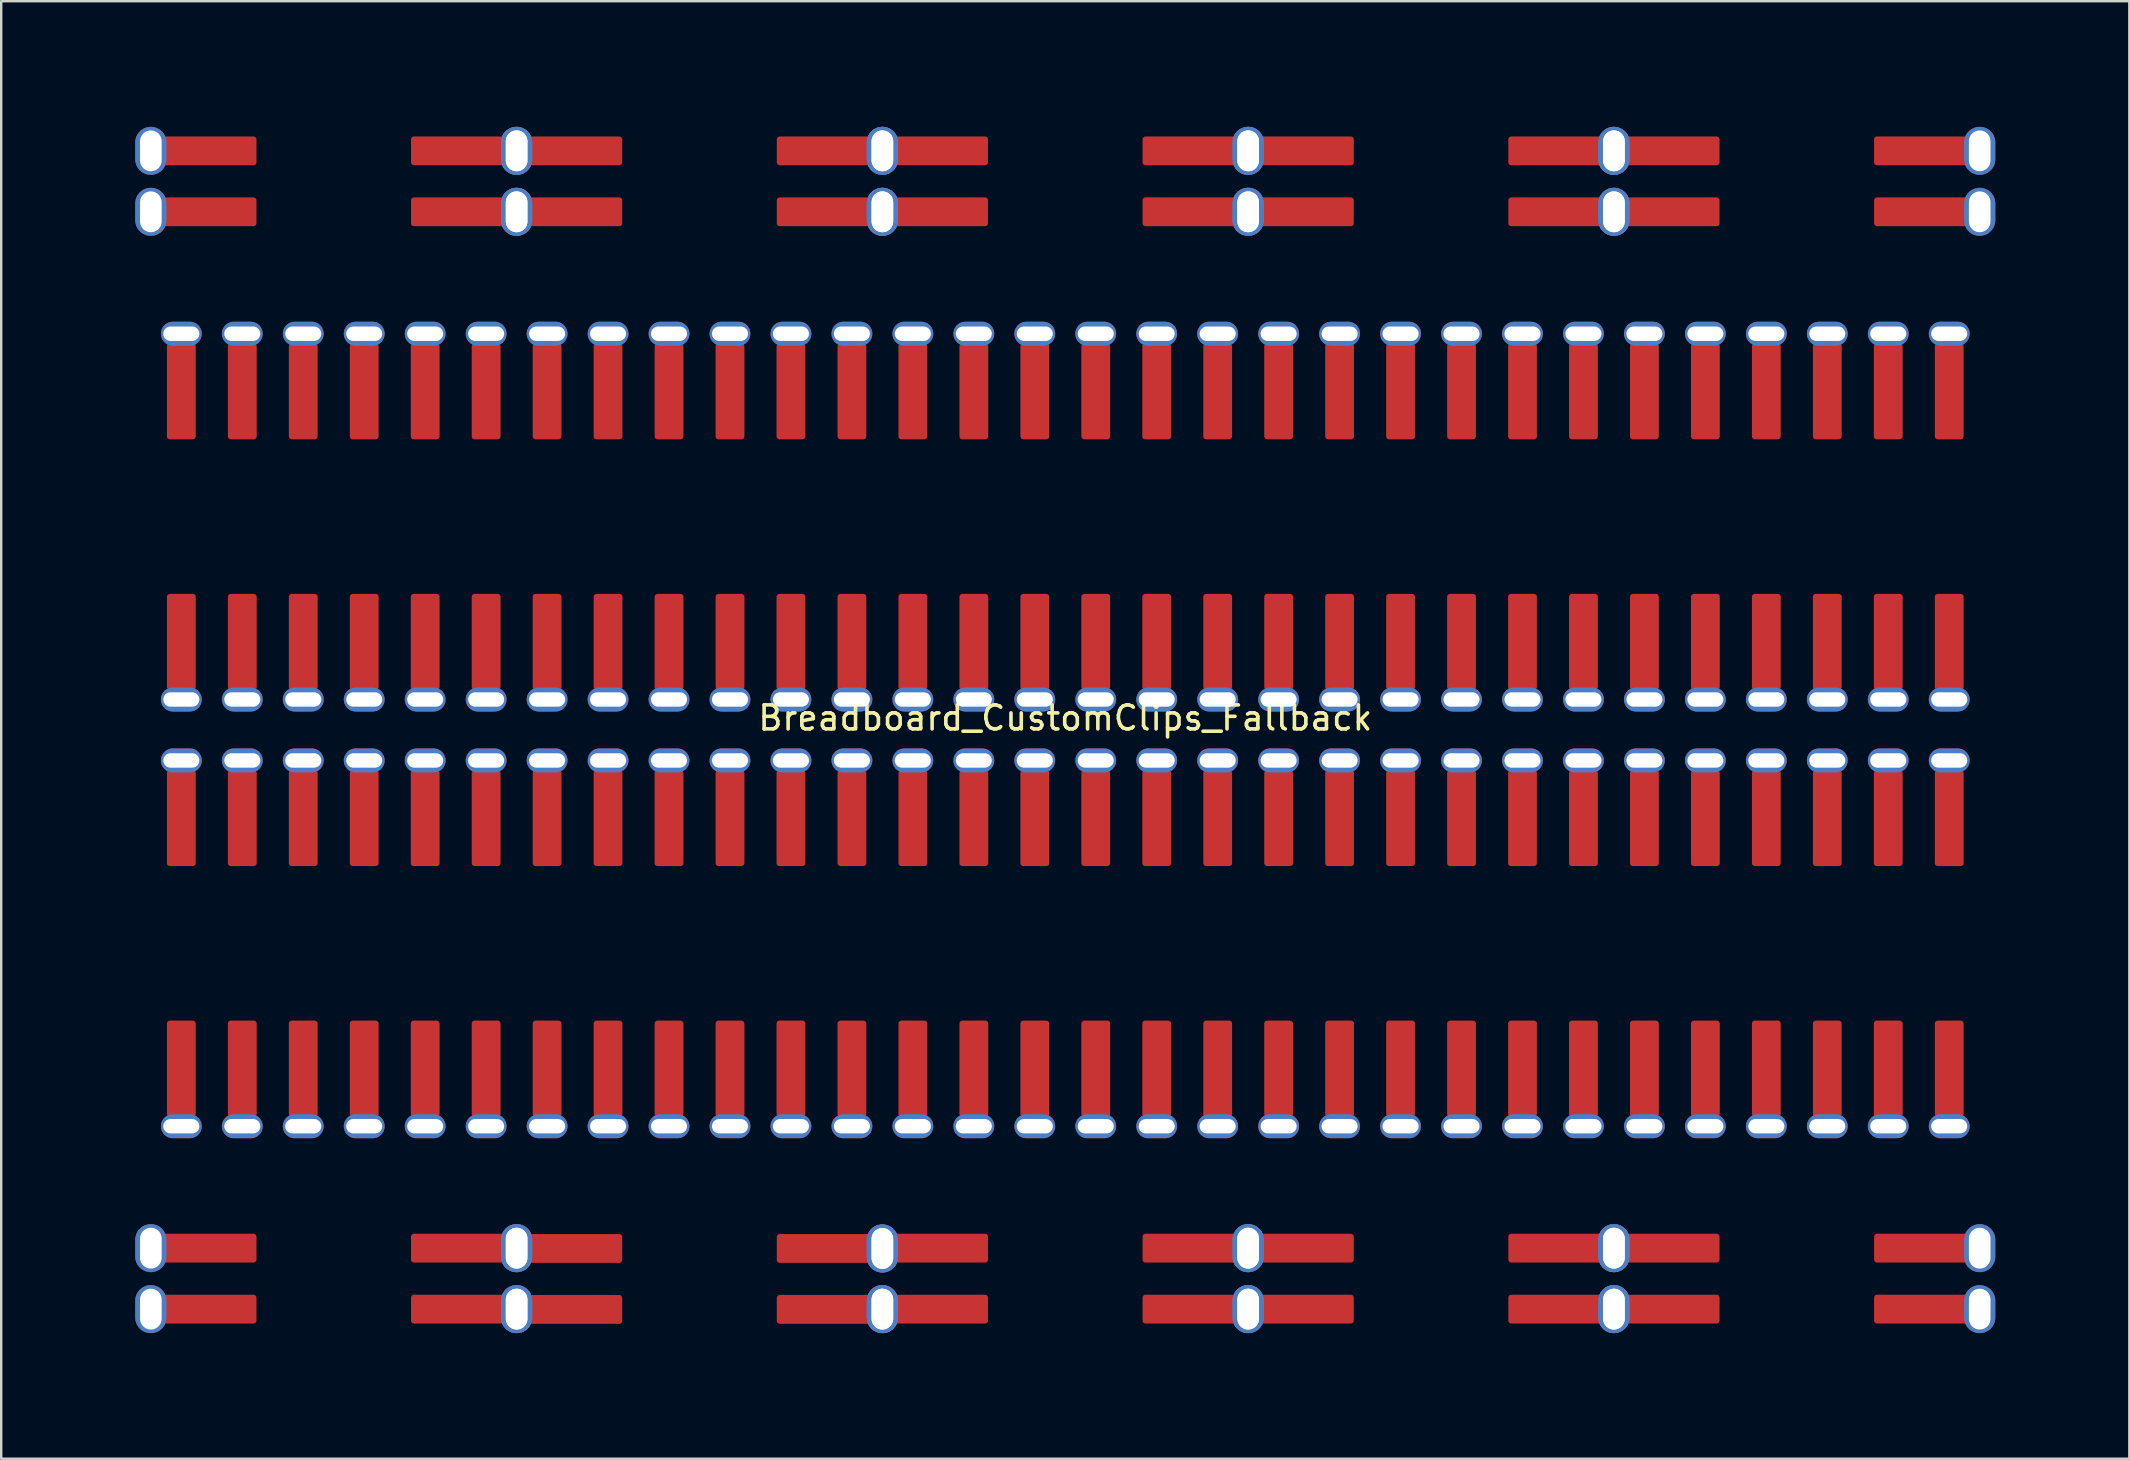
<source format=kicad_pcb>
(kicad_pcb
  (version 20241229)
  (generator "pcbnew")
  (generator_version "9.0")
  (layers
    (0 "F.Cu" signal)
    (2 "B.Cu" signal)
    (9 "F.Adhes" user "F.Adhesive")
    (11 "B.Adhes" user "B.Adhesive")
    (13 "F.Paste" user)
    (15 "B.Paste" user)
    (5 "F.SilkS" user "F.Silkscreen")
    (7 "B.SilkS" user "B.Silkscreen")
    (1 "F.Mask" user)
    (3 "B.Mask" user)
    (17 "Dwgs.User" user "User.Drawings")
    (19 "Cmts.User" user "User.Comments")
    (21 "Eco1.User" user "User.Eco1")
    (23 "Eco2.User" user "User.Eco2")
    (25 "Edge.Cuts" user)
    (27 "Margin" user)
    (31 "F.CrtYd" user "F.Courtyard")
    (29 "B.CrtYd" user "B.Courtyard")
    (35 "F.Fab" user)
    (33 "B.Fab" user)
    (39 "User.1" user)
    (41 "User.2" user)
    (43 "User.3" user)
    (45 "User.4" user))
  (footprint "Breadboard_CustomClips_Fallback"
    (layer "F.Cu")
    (at 41.335 27.365)
    (property "Reference" "Breadboard_CustomClips_Fallback" (at 0 -0.5 0) (unlocked yes) (layer "F.SilkS") (effects (font (size 1 1) (thickness 0.15))))
    (attr smd)
    (fp_rect (start -41.275 -27.305) (end 41.275 27.305) (stroke (width 0.12) (type default)) (fill no) (layer "User.3"))
    (fp_rect (start -38.125 -10.16) (end -35.56 -7.62) (stroke (width 0.12) (type default)) (fill no) (layer "User.4"))
    (fp_rect (start -38.125 7.62) (end -35.56 10.16) (stroke (width 0.12) (type default)) (fill no) (layer "User.4"))
    (fp_rect (start -38.125 7.62) (end -35.56 10.16) (stroke (width 0.12) (type default)) (fill no) (layer "User.4"))
    (fp_rect (start -35.585 -10.16) (end -33.02 -7.62) (stroke (width 0.12) (type default)) (fill no) (layer "User.4"))
    (fp_rect (start -35.585 7.62) (end -33.02 10.16) (stroke (width 0.12) (type default)) (fill no) (layer "User.4"))
    (fp_rect (start -35.585 7.62) (end -33.02 10.16) (stroke (width 0.12) (type default)) (fill no) (layer "User.4"))
    (fp_rect (start -33.045 -10.16) (end -30.48 -7.62) (stroke (width 0.12) (type default)) (fill no) (layer "User.4"))
    (fp_rect (start -33.045 7.62) (end -30.48 10.16) (stroke (width 0.12) (type default)) (fill no) (layer "User.4"))
    (fp_rect (start -33.045 7.62) (end -30.48 10.16) (stroke (width 0.12) (type default)) (fill no) (layer "User.4"))
    (fp_rect (start -30.505 -10.16) (end -27.94 -7.62) (stroke (width 0.12) (type default)) (fill no) (layer "User.4"))
    (fp_rect (start -30.505 7.62) (end -27.94 10.16) (stroke (width 0.12) (type default)) (fill no) (layer "User.4"))
    (fp_rect (start -30.505 7.62) (end -27.94 10.16) (stroke (width 0.12) (type default)) (fill no) (layer "User.4"))
    (fp_rect (start -29.21 -25.413) (end -31.75 -22.847) (stroke (width 0.12) (type default)) (fill no) (layer "User.4"))
    (fp_rect (start -29.21 -22.873) (end -31.75 -20.307) (stroke (width 0.12) (type default)) (fill no) (layer "User.4"))
    (fp_rect (start -29.21 20.307) (end -31.75 22.873) (stroke (width 0.12) (type default)) (fill no) (layer "User.4"))
    (fp_rect (start -29.21 22.847) (end -31.75 25.413) (stroke (width 0.12) (type default)) (fill no) (layer "User.4"))
    (fp_rect (start -27.965 -10.16) (end -25.4 -7.62) (stroke (width 0.12) (type default)) (fill no) (layer "User.4"))
    (fp_rect (start -27.965 7.62) (end -25.4 10.16) (stroke (width 0.12) (type default)) (fill no) (layer "User.4"))
    (fp_rect (start -27.965 7.62) (end -25.4 10.16) (stroke (width 0.12) (type default)) (fill no) (layer "User.4"))
    (fp_rect (start -25.425 -10.16) (end -22.86 -7.62) (stroke (width 0.12) (type default)) (fill no) (layer "User.4"))
    (fp_rect (start -25.425 7.62) (end -22.86 10.16) (stroke (width 0.12) (type default)) (fill no) (layer "User.4"))
    (fp_rect (start -25.425 7.62) (end -22.86 10.16) (stroke (width 0.12) (type default)) (fill no) (layer "User.4"))
    (fp_rect (start -22.885 -10.16) (end -20.32 -7.62) (stroke (width 0.12) (type default)) (fill no) (layer "User.4"))
    (fp_rect (start -22.885 7.62) (end -20.32 10.16) (stroke (width 0.12) (type default)) (fill no) (layer "User.4"))
    (fp_rect (start -22.885 7.62) (end -20.32 10.16) (stroke (width 0.12) (type default)) (fill no) (layer "User.4"))
    (fp_rect (start -20.345 -10.16) (end -17.78 -7.62) (stroke (width 0.12) (type default)) (fill no) (layer "User.4"))
    (fp_rect (start -20.345 7.62) (end -17.78 10.16) (stroke (width 0.12) (type default)) (fill no) (layer "User.4"))
    (fp_rect (start -20.345 7.62) (end -17.78 10.16) (stroke (width 0.12) (type default)) (fill no) (layer "User.4"))
    (fp_rect (start -17.805 -10.16) (end -15.24 -7.62) (stroke (width 0.12) (type default)) (fill no) (layer "User.4"))
    (fp_rect (start -17.805 7.62) (end -15.24 10.16) (stroke (width 0.12) (type default)) (fill no) (layer "User.4"))
    (fp_rect (start -17.805 7.62) (end -15.24 10.16) (stroke (width 0.12) (type default)) (fill no) (layer "User.4"))
    (fp_rect (start -15.265 -10.16) (end -12.7 -7.62) (stroke (width 0.12) (type default)) (fill no) (layer "User.4"))
    (fp_rect (start -15.265 7.62) (end -12.7 10.16) (stroke (width 0.12) (type default)) (fill no) (layer "User.4"))
    (fp_rect (start -15.265 7.62) (end -12.7 10.16) (stroke (width 0.12) (type default)) (fill no) (layer "User.4"))
    (fp_rect (start -13.97 -25.413) (end -16.51 -22.847) (stroke (width 0.12) (type default)) (fill no) (layer "User.4"))
    (fp_rect (start -13.97 -22.873) (end -16.51 -20.307) (stroke (width 0.12) (type default)) (fill no) (layer "User.4"))
    (fp_rect (start -13.97 20.307) (end -16.51 22.873) (stroke (width 0.12) (type default)) (fill no) (layer "User.4"))
    (fp_rect (start -13.97 22.847) (end -16.51 25.413) (stroke (width 0.12) (type default)) (fill no) (layer "User.4"))
    (fp_rect (start -12.7 -10.16) (end -10.135 -7.62) (stroke (width 0.12) (type default)) (fill no) (layer "User.4"))
    (fp_rect (start -12.7 7.62) (end -10.135 10.16) (stroke (width 0.12) (type default)) (fill no) (layer "User.4"))
    (fp_rect (start -12.7 7.62) (end -10.135 10.16) (stroke (width 0.12) (type default)) (fill no) (layer "User.4"))
    (fp_rect (start -10.16 -10.16) (end -7.595 -7.62) (stroke (width 0.12) (type default)) (fill no) (layer "User.4"))
    (fp_rect (start -10.16 7.62) (end -7.595 10.16) (stroke (width 0.12) (type default)) (fill no) (layer "User.4"))
    (fp_rect (start -10.16 7.62) (end -7.595 10.16) (stroke (width 0.12) (type default)) (fill no) (layer "User.4"))
    (fp_rect (start -7.62 -10.16) (end -5.055 -7.62) (stroke (width 0.12) (type default)) (fill no) (layer "User.4"))
    (fp_rect (start -7.62 7.62) (end -5.055 10.16) (stroke (width 0.12) (type default)) (fill no) (layer "User.4"))
    (fp_rect (start -7.62 7.62) (end -5.055 10.16) (stroke (width 0.12) (type default)) (fill no) (layer "User.4"))
    (fp_rect (start -5.08 -10.16) (end -2.515 -7.62) (stroke (width 0.12) (type default)) (fill no) (layer "User.4"))
    (fp_rect (start -5.08 7.62) (end -2.515 10.16) (stroke (width 0.12) (type default)) (fill no) (layer "User.4"))
    (fp_rect (start -5.08 7.62) (end -2.515 10.16) (stroke (width 0.12) (type default)) (fill no) (layer "User.4"))
    (fp_rect (start -2.54 -10.16) (end 0.025 -7.62) (stroke (width 0.12) (type default)) (fill no) (layer "User.4"))
    (fp_rect (start -2.54 7.62) (end 0.025 10.16) (stroke (width 0.12) (type default)) (fill no) (layer "User.4"))
    (fp_rect (start -0.025 -10.16) (end 2.54 -7.62) (stroke (width 0.12) (type default)) (fill no) (layer "User.4"))
    (fp_rect (start -0.025 7.62) (end 2.54 10.16) (stroke (width 0.12) (type default)) (fill no) (layer "User.4"))
    (fp_rect (start 0 -10.16) (end 2.565 -7.62) (stroke (width 0.12) (type default)) (fill no) (layer "User.4"))
    (fp_rect (start 0 7.62) (end 2.565 10.16) (stroke (width 0.12) (type default)) (fill no) (layer "User.4"))
    (fp_rect (start 1.27 -25.413) (end -1.27 -22.847) (stroke (width 0.12) (type default)) (fill no) (layer "User.4"))
    (fp_rect (start 1.27 -22.873) (end -1.27 -20.307) (stroke (width 0.12) (type default)) (fill no) (layer "User.4"))
    (fp_rect (start 1.27 20.307) (end -1.27 22.873) (stroke (width 0.12) (type default)) (fill no) (layer "User.4"))
    (fp_rect (start 1.27 22.847) (end -1.27 25.413) (stroke (width 0.12) (type default)) (fill no) (layer "User.4"))
    (fp_rect (start 2.515 -10.16) (end 5.08 -7.62) (stroke (width 0.12) (type default)) (fill no) (layer "User.4"))
    (fp_rect (start 2.515 7.62) (end 5.08 10.16) (stroke (width 0.12) (type default)) (fill no) (layer "User.4"))
    (fp_rect (start 2.54 -10.16) (end 5.105 -7.62) (stroke (width 0.12) (type default)) (fill no) (layer "User.4"))
    (fp_rect (start 2.54 7.62) (end 5.105 10.16) (stroke (width 0.12) (type default)) (fill no) (layer "User.4"))
    (fp_rect (start 5.055 -10.16) (end 7.62 -7.62) (stroke (width 0.12) (type default)) (fill no) (layer "User.4"))
    (fp_rect (start 5.055 7.62) (end 7.62 10.16) (stroke (width 0.12) (type default)) (fill no) (layer "User.4"))
    (fp_rect (start 5.08 -10.16) (end 7.645 -7.62) (stroke (width 0.12) (type default)) (fill no) (layer "User.4"))
    (fp_rect (start 5.08 7.62) (end 7.645 10.16) (stroke (width 0.12) (type default)) (fill no) (layer "User.4"))
    (fp_rect (start 7.595 -10.16) (end 10.16 -7.62) (stroke (width 0.12) (type default)) (fill no) (layer "User.4"))
    (fp_rect (start 7.595 7.62) (end 10.16 10.16) (stroke (width 0.12) (type default)) (fill no) (layer "User.4"))
    (fp_rect (start 7.62 -10.16) (end 10.185 -7.62) (stroke (width 0.12) (type default)) (fill no) (layer "User.4"))
    (fp_rect (start 7.62 7.62) (end 10.185 10.16) (stroke (width 0.12) (type default)) (fill no) (layer "User.4"))
    (fp_rect (start 10.135 -10.16) (end 12.7 -7.62) (stroke (width 0.12) (type default)) (fill no) (layer "User.4"))
    (fp_rect (start 10.135 7.62) (end 12.7 10.16) (stroke (width 0.12) (type default)) (fill no) (layer "User.4"))
    (fp_rect (start 10.16 -10.16) (end 12.725 -7.62) (stroke (width 0.12) (type default)) (fill no) (layer "User.4"))
    (fp_rect (start 10.16 7.62) (end 12.725 10.16) (stroke (width 0.12) (type default)) (fill no) (layer "User.4"))
    (fp_rect (start 12.675 -10.16) (end 15.24 -7.62) (stroke (width 0.12) (type default)) (fill no) (layer "User.4"))
    (fp_rect (start 12.675 -10.16) (end 15.24 -7.62) (stroke (width 0.12) (type default)) (fill no) (layer "User.4"))
    (fp_rect (start 12.675 7.62) (end 15.24 10.16) (stroke (width 0.12) (type default)) (fill no) (layer "User.4"))
    (fp_rect (start 12.687 7.62) (end 15.253 10.16) (stroke (width 0.12) (type default)) (fill no) (layer "User.4"))
    (fp_rect (start 15.215 -10.16) (end 17.78 -7.62) (stroke (width 0.12) (type default)) (fill no) (layer "User.4"))
    (fp_rect (start 15.215 7.62) (end 17.78 10.16) (stroke (width 0.12) (type default)) (fill no) (layer "User.4"))
    (fp_rect (start 15.227 -10.16) (end 17.793 -7.62) (stroke (width 0.12) (type default)) (fill no) (layer "User.4"))
    (fp_rect (start 15.227 7.62) (end 17.793 10.16) (stroke (width 0.12) (type default)) (fill no) (layer "User.4"))
    (fp_rect (start 16.51 -25.413) (end 13.97 -22.847) (stroke (width 0.12) (type default)) (fill no) (layer "User.4"))
    (fp_rect (start 16.51 -22.885) (end 13.97 -20.32) (stroke (width 0.12) (type default)) (fill no) (layer "User.4"))
    (fp_rect (start 16.51 20.307) (end 13.97 22.873) (stroke (width 0.12) (type default)) (fill no) (layer "User.4"))
    (fp_rect (start 16.51 22.847) (end 13.97 25.413) (stroke (width 0.12) (type default)) (fill no) (layer "User.4"))
    (fp_rect (start 17.755 -10.16) (end 20.32 -7.62) (stroke (width 0.12) (type default)) (fill no) (layer "User.4"))
    (fp_rect (start 17.755 7.62) (end 20.32 10.16) (stroke (width 0.12) (type default)) (fill no) (layer "User.4"))
    (fp_rect (start 17.767 -10.16) (end 20.333 -7.62) (stroke (width 0.12) (type default)) (fill no) (layer "User.4"))
    (fp_rect (start 17.767 7.62) (end 20.333 10.16) (stroke (width 0.12) (type default)) (fill no) (layer "User.4"))
    (fp_rect (start 20.295 -10.16) (end 22.86 -7.62) (stroke (width 0.12) (type default)) (fill no) (layer "User.4"))
    (fp_rect (start 20.295 7.62) (end 22.86 10.16) (stroke (width 0.12) (type default)) (fill no) (layer "User.4"))
    (fp_rect (start 20.307 -10.16) (end 22.873 -7.62) (stroke (width 0.12) (type default)) (fill no) (layer "User.4"))
    (fp_rect (start 20.307 7.62) (end 22.873 10.16) (stroke (width 0.12) (type default)) (fill no) (layer "User.4"))
    (fp_rect (start 22.835 -10.16) (end 25.4 -7.62) (stroke (width 0.12) (type default)) (fill no) (layer "User.4"))
    (fp_rect (start 22.835 7.62) (end 25.4 10.16) (stroke (width 0.12) (type default)) (fill no) (layer "User.4"))
    (fp_rect (start 22.847 -10.16) (end 25.413 -7.62) (stroke (width 0.12) (type default)) (fill no) (layer "User.4"))
    (fp_rect (start 22.847 7.62) (end 25.413 10.16) (stroke (width 0.12) (type default)) (fill no) (layer "User.4"))
    (fp_rect (start 25.387 -10.16) (end 27.953 -7.62) (stroke (width 0.12) (type default)) (fill no) (layer "User.4"))
    (fp_rect (start 25.387 7.62) (end 27.953 10.16) (stroke (width 0.12) (type default)) (fill no) (layer "User.4"))
    (fp_rect (start 25.4 -10.16) (end 27.965 -7.62) (stroke (width 0.12) (type default)) (fill no) (layer "User.4"))
    (fp_rect (start 25.4 7.62) (end 27.965 10.16) (stroke (width 0.12) (type default)) (fill no) (layer "User.4"))
    (fp_rect (start 27.927 -10.16) (end 30.493 -7.62) (stroke (width 0.12) (type default)) (fill no) (layer "User.4"))
    (fp_rect (start 27.927 7.62) (end 30.493 10.16) (stroke (width 0.12) (type default)) (fill no) (layer "User.4"))
    (fp_rect (start 27.94 -10.16) (end 30.505 -7.62) (stroke (width 0.12) (type default)) (fill no) (layer "User.4"))
    (fp_rect (start 27.94 7.62) (end 30.505 10.16) (stroke (width 0.12) (type default)) (fill no) (layer "User.4"))
    (fp_rect (start 30.467 -10.16) (end 33.033 -7.62) (stroke (width 0.12) (type default)) (fill no) (layer "User.4"))
    (fp_rect (start 30.467 7.62) (end 33.033 10.16) (stroke (width 0.12) (type default)) (fill no) (layer "User.4"))
    (fp_rect (start 30.48 -10.16) (end 33.045 -7.62) (stroke (width 0.12) (type default)) (fill no) (layer "User.4"))
    (fp_rect (start 30.48 7.62) (end 33.045 10.16) (stroke (width 0.12) (type default)) (fill no) (layer "User.4"))
    (fp_rect (start 31.75 -25.413) (end 29.21 -22.847) (stroke (width 0.12) (type default)) (fill no) (layer "User.4"))
    (fp_rect (start 31.75 -22.873) (end 29.21 -20.307) (stroke (width 0.12) (type default)) (fill no) (layer "User.4"))
    (fp_rect (start 31.75 20.307) (end 29.21 22.873) (stroke (width 0.12) (type default)) (fill no) (layer "User.4"))
    (fp_rect (start 31.75 22.847) (end 29.21 25.413) (stroke (width 0.12) (type default)) (fill no) (layer "User.4"))
    (fp_rect (start 33.007 -10.16) (end 35.573 -7.62) (stroke (width 0.12) (type default)) (fill no) (layer "User.4"))
    (fp_rect (start 33.007 7.62) (end 35.573 10.16) (stroke (width 0.12) (type default)) (fill no) (layer "User.4"))
    (fp_rect (start 33.02 -10.16) (end 35.585 -7.62) (stroke (width 0.12) (type default)) (fill no) (layer "User.4"))
    (fp_rect (start 33.02 7.62) (end 35.585 10.16) (stroke (width 0.12) (type default)) (fill no) (layer "User.4"))
    (fp_rect (start 35.547 -10.16) (end 38.113 -7.62) (stroke (width 0.12) (type default)) (fill no) (layer "User.4"))
    (fp_rect (start 35.547 7.62) (end 38.113 10.16) (stroke (width 0.12) (type default)) (fill no) (layer "User.4"))
    (pad "0" smd roundrect (at -38.1 -21.59 90) (size 1.2 4) (drill oval (offset 0 2.4)) (layers "F.Cu" "F.Mask") (roundrect_rratio 0.1))
    (pad "0" thru_hole oval (at -38.1 -21.59) (size 1.3 2) (drill oval 0.9 1.7) (layers "*.Cu" "*.Mask"))
    (pad "0" smd roundrect (at -22.86 -21.59 270) (size 1.2 4) (drill oval (offset 0 2.4)) (layers "F.Cu" "F.Mask") (roundrect_rratio 0.1))
    (pad "0" smd roundrect (at -22.86 -21.59 90) (size 1.2 4) (drill oval (offset 0 2.4)) (layers "F.Cu" "F.Mask") (roundrect_rratio 0.1))
    (pad "0" thru_hole oval (at -22.86 -21.59) (size 1.3 2) (drill oval 0.9 1.7) (layers "*.Cu" "*.Mask"))
    (pad "0" thru_hole oval (at -22.86 -21.59) (size 1.3 2) (drill oval 0.9 1.7) (layers "*.Cu" "*.Mask"))
    (pad "0" smd roundrect (at -7.62 -21.59 270) (size 1.2 4) (drill oval (offset 0 2.4)) (layers "F.Cu" "F.Mask") (roundrect_rratio 0.1))
    (pad "0" smd roundrect (at -7.62 -21.59 90) (size 1.2 4) (drill oval (offset 0 2.4)) (layers "F.Cu" "F.Mask") (roundrect_rratio 0.1))
    (pad "0" thru_hole oval (at -7.62 -21.59) (size 1.3 2) (drill oval 0.9 1.7) (layers "*.Cu" "*.Mask"))
    (pad "0" thru_hole oval (at -7.62 -21.59) (size 1.3 2) (drill oval 0.9 1.7) (layers "*.Cu" "*.Mask"))
    (pad "0" smd roundrect (at 7.62 -21.59 90) (size 1.2 4) (drill oval (offset 0 2.4)) (layers "F.Cu" "F.Mask") (roundrect_rratio 0.1))
    (pad "0" smd roundrect (at 7.62 -21.59 270) (size 1.2 4) (drill oval (offset 0 2.4)) (layers "F.Cu" "F.Mask") (roundrect_rratio 0.1))
    (pad "0" thru_hole oval (at 7.62 -21.59) (size 1.3 2) (drill oval 0.9 1.7) (layers "*.Cu" "*.Mask"))
    (pad "0" thru_hole oval (at 7.62 -21.59) (size 1.3 2) (drill oval 0.9 1.7) (layers "*.Cu" "*.Mask"))
    (pad "0" smd roundrect (at 22.86 -21.59 90) (size 1.2 4) (drill oval (offset 0 2.4)) (layers "F.Cu" "F.Mask") (roundrect_rratio 0.1))
    (pad "0" smd roundrect (at 22.86 -21.59 270) (size 1.2 4) (drill oval (offset 0 2.4)) (layers "F.Cu" "F.Mask") (roundrect_rratio 0.1))
    (pad "0" thru_hole oval (at 22.86 -21.59) (size 1.3 2) (drill oval 0.9 1.7) (layers "*.Cu" "*.Mask"))
    (pad "0" thru_hole oval (at 22.86 -21.59) (size 1.3 2) (drill oval 0.9 1.7) (layers "*.Cu" "*.Mask"))
    (pad "0" smd roundrect (at 38.1 -21.59 270) (size 1.2 4) (drill oval (offset 0 2.4)) (layers "F.Cu" "F.Mask") (roundrect_rratio 0.1))
    (pad "0" thru_hole oval (at 38.1 -21.59) (size 1.3 2) (drill oval 0.9 1.7) (layers "*.Cu" "*.Mask"))
    (pad "1" smd roundrect (at -36.83 -16.51) (size 1.2 4) (drill oval (offset 0 2.4)) (layers "F.Cu" "F.Mask") (roundrect_rratio 0.1))
    (pad "1" thru_hole oval (at -36.83 -16.51) (size 1.7 1) (drill oval 1.5 0.6) (layers "*.Cu" "*.Mask"))
    (pad "1" smd roundrect (at -36.83 -1.27) (size 1.2 4) (drill oval (offset 0 -2.4)) (layers "F.Cu" "F.Mask") (roundrect_rratio 0.1))
    (pad "1" thru_hole oval (at -36.83 -1.27) (size 1.7 1) (drill oval 1.5 0.6) (layers "*.Cu" "*.Mask"))
    (pad "2" smd roundrect (at -34.29 -16.51) (size 1.2 4) (drill oval (offset 0 2.4)) (layers "F.Cu" "F.Mask") (roundrect_rratio 0.1))
    (pad "2" thru_hole oval (at -34.29 -16.51) (size 1.7 1) (drill oval 1.5 0.6) (layers "*.Cu" "*.Mask"))
    (pad "2" smd roundrect (at -34.29 -1.27) (size 1.2 4) (drill oval (offset 0 -2.4)) (layers "F.Cu" "F.Mask") (roundrect_rratio 0.1))
    (pad "2" thru_hole oval (at -34.29 -1.27) (size 1.7 1) (drill oval 1.5 0.6) (layers "*.Cu" "*.Mask"))
    (pad "3" smd roundrect (at -31.75 -16.51) (size 1.2 4) (drill oval (offset 0 2.4)) (layers "F.Cu" "F.Mask") (roundrect_rratio 0.1))
    (pad "3" thru_hole oval (at -31.75 -16.51) (size 1.7 1) (drill oval 1.5 0.6) (layers "*.Cu" "*.Mask"))
    (pad "3" smd roundrect (at -31.75 -1.27) (size 1.2 4) (drill oval (offset 0 -2.4)) (layers "F.Cu" "F.Mask") (roundrect_rratio 0.1))
    (pad "3" thru_hole oval (at -31.75 -1.27) (size 1.7 1) (drill oval 1.5 0.6) (layers "*.Cu" "*.Mask"))
    (pad "4" smd roundrect (at -29.21 -16.51) (size 1.2 4) (drill oval (offset 0 2.4)) (layers "F.Cu" "F.Mask") (roundrect_rratio 0.1))
    (pad "4" thru_hole oval (at -29.21 -16.51) (size 1.7 1) (drill oval 1.5 0.6) (layers "*.Cu" "*.Mask"))
    (pad "4" smd roundrect (at -29.21 -1.27) (size 1.2 4) (drill oval (offset 0 -2.4)) (layers "F.Cu" "F.Mask") (roundrect_rratio 0.1))
    (pad "4" thru_hole oval (at -29.21 -1.27) (size 1.7 1) (drill oval 1.5 0.6) (layers "*.Cu" "*.Mask"))
    (pad "5" smd roundrect (at -26.67 -16.51) (size 1.2 4) (drill oval (offset 0 2.4)) (layers "F.Cu" "F.Mask") (roundrect_rratio 0.1))
    (pad "5" thru_hole oval (at -26.67 -16.51) (size 1.7 1) (drill oval 1.5 0.6) (layers "*.Cu" "*.Mask"))
    (pad "5" smd roundrect (at -26.67 -1.27) (size 1.2 4) (drill oval (offset 0 -2.4)) (layers "F.Cu" "F.Mask") (roundrect_rratio 0.1))
    (pad "5" thru_hole oval (at -26.67 -1.27) (size 1.7 1) (drill oval 1.5 0.6) (layers "*.Cu" "*.Mask"))
    (pad "6" smd roundrect (at -24.13 -16.51) (size 1.2 4) (drill oval (offset 0 2.4)) (layers "F.Cu" "F.Mask") (roundrect_rratio 0.1))
    (pad "6" thru_hole oval (at -24.13 -16.51) (size 1.7 1) (drill oval 1.5 0.6) (layers "*.Cu" "*.Mask"))
    (pad "6" smd roundrect (at -24.13 -1.27) (size 1.2 4) (drill oval (offset 0 -2.4)) (layers "F.Cu" "F.Mask") (roundrect_rratio 0.1))
    (pad "6" thru_hole oval (at -24.13 -1.27) (size 1.7 1) (drill oval 1.5 0.6) (layers "*.Cu" "*.Mask"))
    (pad "7" smd roundrect (at -21.59 -16.51) (size 1.2 4) (drill oval (offset 0 2.4)) (layers "F.Cu" "F.Mask") (roundrect_rratio 0.1))
    (pad "7" thru_hole oval (at -21.59 -16.51) (size 1.7 1) (drill oval 1.5 0.6) (layers "*.Cu" "*.Mask"))
    (pad "7" smd roundrect (at -21.59 -1.27) (size 1.2 4) (drill oval (offset 0 -2.4)) (layers "F.Cu" "F.Mask") (roundrect_rratio 0.1))
    (pad "7" thru_hole oval (at -21.59 -1.27) (size 1.7 1) (drill oval 1.5 0.6) (layers "*.Cu" "*.Mask"))
    (pad "8" smd roundrect (at -19.05 -16.51) (size 1.2 4) (drill oval (offset 0 2.4)) (layers "F.Cu" "F.Mask") (roundrect_rratio 0.1))
    (pad "8" thru_hole oval (at -19.05 -16.51) (size 1.7 1) (drill oval 1.5 0.6) (layers "*.Cu" "*.Mask"))
    (pad "8" smd roundrect (at -19.05 -1.27) (size 1.2 4) (drill oval (offset 0 -2.4)) (layers "F.Cu" "F.Mask") (roundrect_rratio 0.1))
    (pad "8" thru_hole oval (at -19.05 -1.27) (size 1.7 1) (drill oval 1.5 0.6) (layers "*.Cu" "*.Mask"))
    (pad "9" smd roundrect (at -16.51 -16.51) (size 1.2 4) (drill oval (offset 0 2.4)) (layers "F.Cu" "F.Mask") (roundrect_rratio 0.1))
    (pad "9" thru_hole oval (at -16.51 -16.51) (size 1.7 1) (drill oval 1.5 0.6) (layers "*.Cu" "*.Mask"))
    (pad "9" smd roundrect (at -16.51 -1.27) (size 1.2 4) (drill oval (offset 0 -2.4)) (layers "F.Cu" "F.Mask") (roundrect_rratio 0.1))
    (pad "9" thru_hole oval (at -16.51 -1.27) (size 1.7 1) (drill oval 1.5 0.6) (layers "*.Cu" "*.Mask"))
    (pad "10" smd roundrect (at -13.97 -16.51) (size 1.2 4) (drill oval (offset 0 2.4)) (layers "F.Cu" "F.Mask") (roundrect_rratio 0.1))
    (pad "10" thru_hole oval (at -13.97 -16.51) (size 1.7 1) (drill oval 1.5 0.6) (layers "*.Cu" "*.Mask"))
    (pad "10" smd roundrect (at -13.97 -1.27) (size 1.2 4) (drill oval (offset 0 -2.4)) (layers "F.Cu" "F.Mask") (roundrect_rratio 0.1))
    (pad "10" thru_hole oval (at -13.97 -1.27) (size 1.7 1) (drill oval 1.5 0.6) (layers "*.Cu" "*.Mask"))
    (pad "11" smd roundrect (at -11.43 -16.51) (size 1.2 4) (drill oval (offset 0 2.4)) (layers "F.Cu" "F.Mask") (roundrect_rratio 0.1))
    (pad "11" thru_hole oval (at -11.43 -16.51) (size 1.7 1) (drill oval 1.5 0.6) (layers "*.Cu" "*.Mask"))
    (pad "11" smd roundrect (at -11.43 -1.27) (size 1.2 4) (drill oval (offset 0 -2.4)) (layers "F.Cu" "F.Mask") (roundrect_rratio 0.1))
    (pad "11" thru_hole oval (at -11.43 -1.27) (size 1.7 1) (drill oval 1.5 0.6) (layers "*.Cu" "*.Mask"))
    (pad "12" smd roundrect (at -8.89 -16.51) (size 1.2 4) (drill oval (offset 0 2.4)) (layers "F.Cu" "F.Mask") (roundrect_rratio 0.1))
    (pad "12" thru_hole oval (at -8.89 -16.51) (size 1.7 1) (drill oval 1.5 0.6) (layers "*.Cu" "*.Mask"))
    (pad "12" smd roundrect (at -8.89 -1.27) (size 1.2 4) (drill oval (offset 0 -2.4)) (layers "F.Cu" "F.Mask") (roundrect_rratio 0.1))
    (pad "12" thru_hole oval (at -8.89 -1.27) (size 1.7 1) (drill oval 1.5 0.6) (layers "*.Cu" "*.Mask"))
    (pad "13" smd roundrect (at -6.35 -16.51) (size 1.2 4) (drill oval (offset 0 2.4)) (layers "F.Cu" "F.Mask") (roundrect_rratio 0.1))
    (pad "13" thru_hole oval (at -6.35 -16.51) (size 1.7 1) (drill oval 1.5 0.6) (layers "*.Cu" "*.Mask"))
    (pad "13" smd roundrect (at -6.35 -1.27) (size 1.2 4) (drill oval (offset 0 -2.4)) (layers "F.Cu" "F.Mask") (roundrect_rratio 0.1))
    (pad "13" thru_hole oval (at -6.35 -1.27) (size 1.7 1) (drill oval 1.5 0.6) (layers "*.Cu" "*.Mask"))
    (pad "14" smd roundrect (at -3.81 -16.51) (size 1.2 4) (drill oval (offset 0 2.4)) (layers "F.Cu" "F.Mask") (roundrect_rratio 0.1))
    (pad "14" thru_hole oval (at -3.81 -16.51) (size 1.7 1) (drill oval 1.5 0.6) (layers "*.Cu" "*.Mask"))
    (pad "14" smd roundrect (at -3.81 -1.27) (size 1.2 4) (drill oval (offset 0 -2.4)) (layers "F.Cu" "F.Mask") (roundrect_rratio 0.1))
    (pad "14" thru_hole oval (at -3.81 -1.27) (size 1.7 1) (drill oval 1.5 0.6) (layers "*.Cu" "*.Mask"))
    (pad "15" smd roundrect (at -1.27 -16.51) (size 1.2 4) (drill oval (offset 0 2.4)) (layers "F.Cu" "F.Mask") (roundrect_rratio 0.1))
    (pad "15" thru_hole oval (at -1.27 -16.51) (size 1.7 1) (drill oval 1.5 0.6) (layers "*.Cu" "*.Mask"))
    (pad "15" smd roundrect (at -1.27 -1.27) (size 1.2 4) (drill oval (offset 0 -2.4)) (layers "F.Cu" "F.Mask") (roundrect_rratio 0.1))
    (pad "15" thru_hole oval (at -1.27 -1.27) (size 1.7 1) (drill oval 1.5 0.6) (layers "*.Cu" "*.Mask"))
    (pad "16" smd roundrect (at 1.27 -16.51) (size 1.2 4) (drill oval (offset 0 2.4)) (layers "F.Cu" "F.Mask") (roundrect_rratio 0.1))
    (pad "16" thru_hole oval (at 1.27 -16.51) (size 1.7 1) (drill oval 1.5 0.6) (layers "*.Cu" "*.Mask"))
    (pad "16" smd roundrect (at 1.27 -1.27) (size 1.2 4) (drill oval (offset 0 -2.4)) (layers "F.Cu" "F.Mask") (roundrect_rratio 0.1))
    (pad "16" thru_hole oval (at 1.27 -1.27) (size 1.7 1) (drill oval 1.5 0.6) (layers "*.Cu" "*.Mask"))
    (pad "17" smd roundrect (at 3.81 -16.51) (size 1.2 4) (drill oval (offset 0 2.4)) (layers "F.Cu" "F.Mask") (roundrect_rratio 0.1))
    (pad "17" thru_hole oval (at 3.81 -16.51) (size 1.7 1) (drill oval 1.5 0.6) (layers "*.Cu" "*.Mask"))
    (pad "17" smd roundrect (at 3.81 -1.27) (size 1.2 4) (drill oval (offset 0 -2.4)) (layers "F.Cu" "F.Mask") (roundrect_rratio 0.1))
    (pad "17" thru_hole oval (at 3.81 -1.27) (size 1.7 1) (drill oval 1.5 0.6) (layers "*.Cu" "*.Mask"))
    (pad "18" smd roundrect (at 6.35 -16.51) (size 1.2 4) (drill oval (offset 0 2.4)) (layers "F.Cu" "F.Mask") (roundrect_rratio 0.1))
    (pad "18" thru_hole oval (at 6.35 -16.51) (size 1.7 1) (drill oval 1.5 0.6) (layers "*.Cu" "*.Mask"))
    (pad "18" smd roundrect (at 6.35 -1.27) (size 1.2 4) (drill oval (offset 0 -2.4)) (layers "F.Cu" "F.Mask") (roundrect_rratio 0.1))
    (pad "18" thru_hole oval (at 6.35 -1.27) (size 1.7 1) (drill oval 1.5 0.6) (layers "*.Cu" "*.Mask"))
    (pad "19" smd roundrect (at 8.89 -16.51) (size 1.2 4) (drill oval (offset 0 2.4)) (layers "F.Cu" "F.Mask") (roundrect_rratio 0.1))
    (pad "19" thru_hole oval (at 8.89 -16.51) (size 1.7 1) (drill oval 1.5 0.6) (layers "*.Cu" "*.Mask"))
    (pad "19" smd roundrect (at 8.89 -1.27) (size 1.2 4) (drill oval (offset 0 -2.4)) (layers "F.Cu" "F.Mask") (roundrect_rratio 0.1))
    (pad "19" thru_hole oval (at 8.89 -1.27) (size 1.7 1) (drill oval 1.5 0.6) (layers "*.Cu" "*.Mask"))
    (pad "20" smd roundrect (at 11.43 -16.51) (size 1.2 4) (drill oval (offset 0 2.4)) (layers "F.Cu" "F.Mask") (roundrect_rratio 0.1))
    (pad "20" thru_hole oval (at 11.43 -16.51) (size 1.7 1) (drill oval 1.5 0.6) (layers "*.Cu" "*.Mask"))
    (pad "20" smd roundrect (at 11.43 -1.27) (size 1.2 4) (drill oval (offset 0 -2.4)) (layers "F.Cu" "F.Mask") (roundrect_rratio 0.1))
    (pad "20" thru_hole oval (at 11.43 -1.27) (size 1.7 1) (drill oval 1.5 0.6) (layers "*.Cu" "*.Mask"))
    (pad "21" smd roundrect (at 13.97 -16.51) (size 1.2 4) (drill oval (offset 0 2.4)) (layers "F.Cu" "F.Mask") (roundrect_rratio 0.1))
    (pad "21" thru_hole oval (at 13.97 -16.51) (size 1.7 1) (drill oval 1.5 0.6) (layers "*.Cu" "*.Mask"))
    (pad "21" smd roundrect (at 13.97 -1.27) (size 1.2 4) (drill oval (offset 0 -2.4)) (layers "F.Cu" "F.Mask") (roundrect_rratio 0.1))
    (pad "21" thru_hole oval (at 13.97 -1.27) (size 1.7 1) (drill oval 1.5 0.6) (layers "*.Cu" "*.Mask"))
    (pad "22" smd roundrect (at 16.51 -16.51) (size 1.2 4) (drill oval (offset 0 2.4)) (layers "F.Cu" "F.Mask") (roundrect_rratio 0.1))
    (pad "22" thru_hole oval (at 16.51 -16.51) (size 1.7 1) (drill oval 1.5 0.6) (layers "*.Cu" "*.Mask"))
    (pad "22" smd roundrect (at 16.51 -1.27) (size 1.2 4) (drill oval (offset 0 -2.4)) (layers "F.Cu" "F.Mask") (roundrect_rratio 0.1))
    (pad "22" thru_hole oval (at 16.51 -1.27) (size 1.7 1) (drill oval 1.5 0.6) (layers "*.Cu" "*.Mask"))
    (pad "23" smd roundrect (at 19.05 -16.51) (size 1.2 4) (drill oval (offset 0 2.4)) (layers "F.Cu" "F.Mask") (roundrect_rratio 0.1))
    (pad "23" thru_hole oval (at 19.05 -16.51) (size 1.7 1) (drill oval 1.5 0.6) (layers "*.Cu" "*.Mask"))
    (pad "23" smd roundrect (at 19.05 -1.27) (size 1.2 4) (drill oval (offset 0 -2.4)) (layers "F.Cu" "F.Mask") (roundrect_rratio 0.1))
    (pad "23" thru_hole oval (at 19.05 -1.27) (size 1.7 1) (drill oval 1.5 0.6) (layers "*.Cu" "*.Mask"))
    (pad "24" smd roundrect (at 21.59 -16.51) (size 1.2 4) (drill oval (offset 0 2.4)) (layers "F.Cu" "F.Mask") (roundrect_rratio 0.1))
    (pad "24" thru_hole oval (at 21.59 -16.51) (size 1.7 1) (drill oval 1.5 0.6) (layers "*.Cu" "*.Mask"))
    (pad "24" smd roundrect (at 21.59 -1.27) (size 1.2 4) (drill oval (offset 0 -2.4)) (layers "F.Cu" "F.Mask") (roundrect_rratio 0.1))
    (pad "24" thru_hole oval (at 21.59 -1.27) (size 1.7 1) (drill oval 1.5 0.6) (layers "*.Cu" "*.Mask"))
    (pad "25" smd roundrect (at 24.13 -16.51) (size 1.2 4) (drill oval (offset 0 2.4)) (layers "F.Cu" "F.Mask") (roundrect_rratio 0.1))
    (pad "25" thru_hole oval (at 24.13 -16.51) (size 1.7 1) (drill oval 1.5 0.6) (layers "*.Cu" "*.Mask"))
    (pad "25" smd roundrect (at 24.13 -1.27) (size 1.2 4) (drill oval (offset 0 -2.4)) (layers "F.Cu" "F.Mask") (roundrect_rratio 0.1))
    (pad "25" thru_hole oval (at 24.13 -1.27) (size 1.7 1) (drill oval 1.5 0.6) (layers "*.Cu" "*.Mask"))
    (pad "26" smd roundrect (at 26.67 -16.51) (size 1.2 4) (drill oval (offset 0 2.4)) (layers "F.Cu" "F.Mask") (roundrect_rratio 0.1))
    (pad "26" thru_hole oval (at 26.67 -16.51) (size 1.7 1) (drill oval 1.5 0.6) (layers "*.Cu" "*.Mask"))
    (pad "26" smd roundrect (at 26.67 -1.27) (size 1.2 4) (drill oval (offset 0 -2.4)) (layers "F.Cu" "F.Mask") (roundrect_rratio 0.1))
    (pad "26" thru_hole oval (at 26.67 -1.27) (size 1.7 1) (drill oval 1.5 0.6) (layers "*.Cu" "*.Mask"))
    (pad "27" smd roundrect (at 29.21 -16.51) (size 1.2 4) (drill oval (offset 0 2.4)) (layers "F.Cu" "F.Mask") (roundrect_rratio 0.1))
    (pad "27" thru_hole oval (at 29.21 -16.51) (size 1.7 1) (drill oval 1.5 0.6) (layers "*.Cu" "*.Mask"))
    (pad "27" smd roundrect (at 29.21 -1.27) (size 1.2 4) (drill oval (offset 0 -2.4)) (layers "F.Cu" "F.Mask") (roundrect_rratio 0.1))
    (pad "27" thru_hole oval (at 29.21 -1.27) (size 1.7 1) (drill oval 1.5 0.6) (layers "*.Cu" "*.Mask"))
    (pad "28" smd roundrect (at 31.75 -16.51) (size 1.2 4) (drill oval (offset 0 2.4)) (layers "F.Cu" "F.Mask") (roundrect_rratio 0.1))
    (pad "28" thru_hole oval (at 31.75 -16.51) (size 1.7 1) (drill oval 1.5 0.6) (layers "*.Cu" "*.Mask"))
    (pad "28" smd roundrect (at 31.75 -1.27) (size 1.2 4) (drill oval (offset 0 -2.4)) (layers "F.Cu" "F.Mask") (roundrect_rratio 0.1))
    (pad "28" thru_hole oval (at 31.75 -1.27) (size 1.7 1) (drill oval 1.5 0.6) (layers "*.Cu" "*.Mask"))
    (pad "29" smd roundrect (at 34.29 -16.51) (size 1.2 4) (drill oval (offset 0 2.4)) (layers "F.Cu" "F.Mask") (roundrect_rratio 0.1))
    (pad "29" thru_hole oval (at 34.29 -16.51) (size 1.7 1) (drill oval 1.5 0.6) (layers "*.Cu" "*.Mask"))
    (pad "29" smd roundrect (at 34.29 -1.27) (size 1.2 4) (drill oval (offset 0 -2.4)) (layers "F.Cu" "F.Mask") (roundrect_rratio 0.1))
    (pad "29" thru_hole oval (at 34.29 -1.27) (size 1.7 1) (drill oval 1.5 0.6) (layers "*.Cu" "*.Mask"))
    (pad "30" smd roundrect (at 36.83 -16.51) (size 1.2 4) (drill oval (offset 0 2.4)) (layers "F.Cu" "F.Mask") (roundrect_rratio 0.1))
    (pad "30" thru_hole oval (at 36.83 -16.51) (size 1.7 1) (drill oval 1.5 0.6) (layers "*.Cu" "*.Mask"))
    (pad "30" smd roundrect (at 36.83 -1.27) (size 1.2 4) (drill oval (offset 0 -2.4)) (layers "F.Cu" "F.Mask") (roundrect_rratio 0.1))
    (pad "30" thru_hole oval (at 36.83 -1.27) (size 1.7 1) (drill oval 1.5 0.6) (layers "*.Cu" "*.Mask"))
    (pad "31" smd roundrect (at -38.1 -24.13 90) (size 1.2 4) (drill oval (offset 0 2.4)) (layers "F.Cu" "F.Mask") (roundrect_rratio 0.1))
    (pad "31" thru_hole oval (at -38.1 -24.13) (size 1.3 2) (drill oval 0.9 1.7) (layers "*.Cu" "*.Mask"))
    (pad "31" smd roundrect (at -22.86 -24.13 90) (size 1.2 4) (drill oval (offset 0 2.4)) (layers "F.Cu" "F.Mask") (roundrect_rratio 0.1))
    (pad "31" smd roundrect (at -22.86 -24.13 270) (size 1.2 4) (drill oval (offset 0 2.4)) (layers "F.Cu" "F.Mask") (roundrect_rratio 0.1))
    (pad "31" thru_hole oval (at -22.86 -24.13) (size 1.3 2) (drill oval 0.9 1.7) (layers "*.Cu" "*.Mask"))
    (pad "31" thru_hole oval (at -22.86 -24.13) (size 1.3 2) (drill oval 0.9 1.7) (layers "*.Cu" "*.Mask"))
    (pad "31" smd roundrect (at -7.62 -24.13 90) (size 1.2 4) (drill oval (offset 0 2.4)) (layers "F.Cu" "F.Mask") (roundrect_rratio 0.1))
    (pad "31" smd roundrect (at -7.62 -24.13 270) (size 1.2 4) (drill oval (offset 0 2.4)) (layers "F.Cu" "F.Mask") (roundrect_rratio 0.1))
    (pad "31" thru_hole oval (at -7.62 -24.13) (size 1.3 2) (drill oval 0.9 1.7) (layers "*.Cu" "*.Mask"))
    (pad "31" thru_hole oval (at -7.62 -24.13) (size 1.3 2) (drill oval 0.9 1.7) (layers "*.Cu" "*.Mask"))
    (pad "31" smd roundrect (at 7.62 -24.13 90) (size 1.2 4) (drill oval (offset 0 2.4)) (layers "F.Cu" "F.Mask") (roundrect_rratio 0.1))
    (pad "31" smd roundrect (at 7.62 -24.13 270) (size 1.2 4) (drill oval (offset 0 2.4)) (layers "F.Cu" "F.Mask") (roundrect_rratio 0.1))
    (pad "31" thru_hole oval (at 7.62 -24.13) (size 1.3 2) (drill oval 0.9 1.7) (layers "*.Cu" "*.Mask"))
    (pad "31" thru_hole oval (at 7.62 -24.13) (size 1.3 2) (drill oval 0.9 1.7) (layers "*.Cu" "*.Mask"))
    (pad "31" smd roundrect (at 22.86 -24.13 90) (size 1.2 4) (drill oval (offset 0 2.4)) (layers "F.Cu" "F.Mask") (roundrect_rratio 0.1))
    (pad "31" smd roundrect (at 22.86 -24.13 270) (size 1.2 4) (drill oval (offset 0 2.4)) (layers "F.Cu" "F.Mask") (roundrect_rratio 0.1))
    (pad "31" thru_hole oval (at 22.86 -24.13) (size 1.3 2) (drill oval 0.9 1.7) (layers "*.Cu" "*.Mask"))
    (pad "31" thru_hole oval (at 22.86 -24.13) (size 1.3 2) (drill oval 0.9 1.7) (layers "*.Cu" "*.Mask"))
    (pad "31" smd roundrect (at 38.1 -24.13 270) (size 1.2 4) (drill oval (offset 0 2.4)) (layers "F.Cu" "F.Mask") (roundrect_rratio 0.1))
    (pad "31" thru_hole oval (at 38.1 -24.13) (size 1.3 2) (drill oval 0.9 1.7) (layers "*.Cu" "*.Mask"))
    (pad "32" smd roundrect (at -38.1 24.13 90) (size 1.2 4) (drill oval (offset 0 2.4)) (layers "F.Cu" "F.Mask") (roundrect_rratio 0.1))
    (pad "32" thru_hole oval (at -38.1 24.13) (size 1.3 2) (drill oval 0.9 1.7) (layers "*.Cu" "*.Mask"))
    (pad "32" smd roundrect (at -22.86 24.13 270) (size 1.2 4) (drill oval (offset 0 2.4)) (layers "F.Cu" "F.Mask") (roundrect_rratio 0.1))
    (pad "32" thru_hole oval (at -22.86 24.13) (size 1.3 2) (drill oval 0.9 1.7) (layers "*.Cu" "*.Mask"))
    (pad "32" thru_hole oval (at -22.86 24.13) (size 1.3 2) (drill oval 0.9 1.7) (layers "*.Cu" "*.Mask"))
    (pad "32" smd roundrect (at -22.86 24.143 90) (size 1.2 4) (drill oval (offset 0 2.4)) (layers "F.Cu" "F.Mask") (roundrect_rratio 0.1))
    (pad "32" smd roundrect (at -7.62 24.13 90) (size 1.2 4) (drill oval (offset 0 2.4)) (layers "F.Cu" "F.Mask") (roundrect_rratio 0.1))
    (pad "32" thru_hole oval (at -7.62 24.13) (size 1.3 2) (drill oval 0.9 1.7) (layers "*.Cu" "*.Mask"))
    (pad "32" thru_hole oval (at -7.62 24.13) (size 1.3 2) (drill oval 0.9 1.7) (layers "*.Cu" "*.Mask"))
    (pad "32" smd roundrect (at -7.62 24.143 270) (size 1.2 4) (drill oval (offset 0 2.4)) (layers "F.Cu" "F.Mask") (roundrect_rratio 0.1))
    (pad "32" smd roundrect (at 7.62 24.13 270) (size 1.2 4) (drill oval (offset 0 2.4)) (layers "F.Cu" "F.Mask") (roundrect_rratio 0.1))
    (pad "32" smd roundrect (at 7.62 24.13 90) (size 1.2 4) (drill oval (offset 0 2.4)) (layers "F.Cu" "F.Mask") (roundrect_rratio 0.1))
    (pad "32" thru_hole oval (at 7.62 24.13) (size 1.3 2) (drill oval 0.9 1.7) (layers "*.Cu" "*.Mask"))
    (pad "32" thru_hole oval (at 7.62 24.13) (size 1.3 2) (drill oval 0.9 1.7) (layers "*.Cu" "*.Mask"))
    (pad "32" smd roundrect (at 22.86 24.13 90) (size 1.2 4) (drill oval (offset 0 2.4)) (layers "F.Cu" "F.Mask") (roundrect_rratio 0.1))
    (pad "32" smd roundrect (at 22.86 24.13 270) (size 1.2 4) (drill oval (offset 0 2.4)) (layers "F.Cu" "F.Mask") (roundrect_rratio 0.1))
    (pad "32" thru_hole oval (at 22.86 24.13) (size 1.3 2) (drill oval 0.9 1.7) (layers "*.Cu" "*.Mask"))
    (pad "32" thru_hole oval (at 22.86 24.13) (size 1.3 2) (drill oval 0.9 1.7) (layers "*.Cu" "*.Mask"))
    (pad "32" smd roundrect (at 38.1 24.13 270) (size 1.2 4) (drill oval (offset 0 2.4)) (layers "F.Cu" "F.Mask") (roundrect_rratio 0.1))
    (pad "32" thru_hole oval (at 38.1 24.13) (size 1.3 2) (drill oval 0.9 1.7) (layers "*.Cu" "*.Mask"))
    (pad "33" smd roundrect (at -36.83 1.27) (size 1.2 4) (drill oval (offset 0 2.4)) (layers "F.Cu" "F.Mask") (roundrect_rratio 0.1))
    (pad "33" thru_hole oval (at -36.83 1.27) (size 1.7 1) (drill oval 1.5 0.6) (layers "*.Cu" "*.Mask"))
    (pad "33" smd roundrect (at -36.83 16.51) (size 1.2 4) (drill oval (offset 0 -2.4)) (layers "F.Cu" "F.Mask") (roundrect_rratio 0.1))
    (pad "33" thru_hole oval (at -36.83 16.51) (size 1.7 1) (drill oval 1.5 0.6) (layers "*.Cu" "*.Mask"))
    (pad "34" smd roundrect (at -34.29 1.27) (size 1.2 4) (drill oval (offset 0 2.4)) (layers "F.Cu" "F.Mask") (roundrect_rratio 0.1))
    (pad "34" thru_hole oval (at -34.29 1.27) (size 1.7 1) (drill oval 1.5 0.6) (layers "*.Cu" "*.Mask"))
    (pad "34" smd roundrect (at -34.29 16.51) (size 1.2 4) (drill oval (offset 0 -2.4)) (layers "F.Cu" "F.Mask") (roundrect_rratio 0.1))
    (pad "34" thru_hole oval (at -34.29 16.51) (size 1.7 1) (drill oval 1.5 0.6) (layers "*.Cu" "*.Mask"))
    (pad "35" smd roundrect (at -31.75 1.27) (size 1.2 4) (drill oval (offset 0 2.4)) (layers "F.Cu" "F.Mask") (roundrect_rratio 0.1))
    (pad "35" thru_hole oval (at -31.75 1.27) (size 1.7 1) (drill oval 1.5 0.6) (layers "*.Cu" "*.Mask"))
    (pad "35" smd roundrect (at -31.75 16.51) (size 1.2 4) (drill oval (offset 0 -2.4)) (layers "F.Cu" "F.Mask") (roundrect_rratio 0.1))
    (pad "35" thru_hole oval (at -31.75 16.51) (size 1.7 1) (drill oval 1.5 0.6) (layers "*.Cu" "*.Mask"))
    (pad "36" smd roundrect (at -29.21 1.27) (size 1.2 4) (drill oval (offset 0 2.4)) (layers "F.Cu" "F.Mask") (roundrect_rratio 0.1))
    (pad "36" thru_hole oval (at -29.21 1.27) (size 1.7 1) (drill oval 1.5 0.6) (layers "*.Cu" "*.Mask"))
    (pad "36" smd roundrect (at -29.21 16.51) (size 1.2 4) (drill oval (offset 0 -2.4)) (layers "F.Cu" "F.Mask") (roundrect_rratio 0.1))
    (pad "36" thru_hole oval (at -29.21 16.51) (size 1.7 1) (drill oval 1.5 0.6) (layers "*.Cu" "*.Mask"))
    (pad "37" smd roundrect (at -26.67 1.27) (size 1.2 4) (drill oval (offset 0 2.4)) (layers "F.Cu" "F.Mask") (roundrect_rratio 0.1))
    (pad "37" thru_hole oval (at -26.67 1.27) (size 1.7 1) (drill oval 1.5 0.6) (layers "*.Cu" "*.Mask"))
    (pad "37" smd roundrect (at -26.67 16.51) (size 1.2 4) (drill oval (offset 0 -2.4)) (layers "F.Cu" "F.Mask") (roundrect_rratio 0.1))
    (pad "37" thru_hole oval (at -26.67 16.51) (size 1.7 1) (drill oval 1.5 0.6) (layers "*.Cu" "*.Mask"))
    (pad "38" smd roundrect (at -24.13 1.27) (size 1.2 4) (drill oval (offset 0 2.4)) (layers "F.Cu" "F.Mask") (roundrect_rratio 0.1))
    (pad "38" thru_hole oval (at -24.13 1.27) (size 1.7 1) (drill oval 1.5 0.6) (layers "*.Cu" "*.Mask"))
    (pad "38" smd roundrect (at -24.13 16.51) (size 1.2 4) (drill oval (offset 0 -2.4)) (layers "F.Cu" "F.Mask") (roundrect_rratio 0.1))
    (pad "38" thru_hole oval (at -24.13 16.51) (size 1.7 1) (drill oval 1.5 0.6) (layers "*.Cu" "*.Mask"))
    (pad "39" smd roundrect (at -21.59 1.27) (size 1.2 4) (drill oval (offset 0 2.4)) (layers "F.Cu" "F.Mask") (roundrect_rratio 0.1))
    (pad "39" thru_hole oval (at -21.59 1.27) (size 1.7 1) (drill oval 1.5 0.6) (layers "*.Cu" "*.Mask"))
    (pad "39" smd roundrect (at -21.59 16.51) (size 1.2 4) (drill oval (offset 0 -2.4)) (layers "F.Cu" "F.Mask") (roundrect_rratio 0.1))
    (pad "39" thru_hole oval (at -21.59 16.51) (size 1.7 1) (drill oval 1.5 0.6) (layers "*.Cu" "*.Mask"))
    (pad "40" smd roundrect (at -19.05 1.27) (size 1.2 4) (drill oval (offset 0 2.4)) (layers "F.Cu" "F.Mask") (roundrect_rratio 0.1))
    (pad "40" thru_hole oval (at -19.05 1.27) (size 1.7 1) (drill oval 1.5 0.6) (layers "*.Cu" "*.Mask"))
    (pad "40" smd roundrect (at -19.05 16.51) (size 1.2 4) (drill oval (offset 0 -2.4)) (layers "F.Cu" "F.Mask") (roundrect_rratio 0.1))
    (pad "40" thru_hole oval (at -19.05 16.51) (size 1.7 1) (drill oval 1.5 0.6) (layers "*.Cu" "*.Mask"))
    (pad "41" smd roundrect (at -16.51 1.27) (size 1.2 4) (drill oval (offset 0 2.4)) (layers "F.Cu" "F.Mask") (roundrect_rratio 0.1))
    (pad "41" thru_hole oval (at -16.51 1.27) (size 1.7 1) (drill oval 1.5 0.6) (layers "*.Cu" "*.Mask"))
    (pad "41" smd roundrect (at -16.51 16.51) (size 1.2 4) (drill oval (offset 0 -2.4)) (layers "F.Cu" "F.Mask") (roundrect_rratio 0.1))
    (pad "41" thru_hole oval (at -16.51 16.51) (size 1.7 1) (drill oval 1.5 0.6) (layers "*.Cu" "*.Mask"))
    (pad "42" smd roundrect (at -13.97 1.27) (size 1.2 4) (drill oval (offset 0 2.4)) (layers "F.Cu" "F.Mask") (roundrect_rratio 0.1))
    (pad "42" thru_hole oval (at -13.97 1.27) (size 1.7 1) (drill oval 1.5 0.6) (layers "*.Cu" "*.Mask"))
    (pad "42" smd roundrect (at -13.97 16.51) (size 1.2 4) (drill oval (offset 0 -2.4)) (layers "F.Cu" "F.Mask") (roundrect_rratio 0.1))
    (pad "42" thru_hole oval (at -13.97 16.51) (size 1.7 1) (drill oval 1.5 0.6) (layers "*.Cu" "*.Mask"))
    (pad "43" smd roundrect (at -11.43 1.27) (size 1.2 4) (drill oval (offset 0 2.4)) (layers "F.Cu" "F.Mask") (roundrect_rratio 0.1))
    (pad "43" thru_hole oval (at -11.43 1.27) (size 1.7 1) (drill oval 1.5 0.6) (layers "*.Cu" "*.Mask"))
    (pad "43" smd roundrect (at -11.43 16.51) (size 1.2 4) (drill oval (offset 0 -2.4)) (layers "F.Cu" "F.Mask") (roundrect_rratio 0.1))
    (pad "43" thru_hole oval (at -11.43 16.51) (size 1.7 1) (drill oval 1.5 0.6) (layers "*.Cu" "*.Mask"))
    (pad "44" smd roundrect (at -8.89 1.27) (size 1.2 4) (drill oval (offset 0 2.4)) (layers "F.Cu" "F.Mask") (roundrect_rratio 0.1))
    (pad "44" thru_hole oval (at -8.89 1.27) (size 1.7 1) (drill oval 1.5 0.6) (layers "*.Cu" "*.Mask"))
    (pad "44" smd roundrect (at -8.89 16.51) (size 1.2 4) (drill oval (offset 0 -2.4)) (layers "F.Cu" "F.Mask") (roundrect_rratio 0.1))
    (pad "44" thru_hole oval (at -8.89 16.51) (size 1.7 1) (drill oval 1.5 0.6) (layers "*.Cu" "*.Mask"))
    (pad "45" smd roundrect (at -6.35 1.27) (size 1.2 4) (drill oval (offset 0 2.4)) (layers "F.Cu" "F.Mask") (roundrect_rratio 0.1))
    (pad "45" thru_hole oval (at -6.35 1.27) (size 1.7 1) (drill oval 1.5 0.6) (layers "*.Cu" "*.Mask"))
    (pad "45" smd roundrect (at -6.35 16.51) (size 1.2 4) (drill oval (offset 0 -2.4)) (layers "F.Cu" "F.Mask") (roundrect_rratio 0.1))
    (pad "45" thru_hole oval (at -6.35 16.51) (size 1.7 1) (drill oval 1.5 0.6) (layers "*.Cu" "*.Mask"))
    (pad "46" smd roundrect (at -3.81 1.27) (size 1.2 4) (drill oval (offset 0 2.4)) (layers "F.Cu" "F.Mask") (roundrect_rratio 0.1))
    (pad "46" thru_hole oval (at -3.81 1.27) (size 1.7 1) (drill oval 1.5 0.6) (layers "*.Cu" "*.Mask"))
    (pad "46" smd roundrect (at -3.81 16.51) (size 1.2 4) (drill oval (offset 0 -2.4)) (layers "F.Cu" "F.Mask") (roundrect_rratio 0.1))
    (pad "46" thru_hole oval (at -3.81 16.51) (size 1.7 1) (drill oval 1.5 0.6) (layers "*.Cu" "*.Mask"))
    (pad "47" smd roundrect (at -1.27 1.27) (size 1.2 4) (drill oval (offset 0 2.4)) (layers "F.Cu" "F.Mask") (roundrect_rratio 0.1))
    (pad "47" thru_hole oval (at -1.27 1.27) (size 1.7 1) (drill oval 1.5 0.6) (layers "*.Cu" "*.Mask"))
    (pad "47" smd roundrect (at -1.27 16.51) (size 1.2 4) (drill oval (offset 0 -2.4)) (layers "F.Cu" "F.Mask") (roundrect_rratio 0.1))
    (pad "47" thru_hole oval (at -1.27 16.51) (size 1.7 1) (drill oval 1.5 0.6) (layers "*.Cu" "*.Mask"))
    (pad "48" smd roundrect (at 1.27 1.27) (size 1.2 4) (drill oval (offset 0 2.4)) (layers "F.Cu" "F.Mask") (roundrect_rratio 0.1))
    (pad "48" thru_hole oval (at 1.27 1.27) (size 1.7 1) (drill oval 1.5 0.6) (layers "*.Cu" "*.Mask"))
    (pad "48" smd roundrect (at 1.27 16.51) (size 1.2 4) (drill oval (offset 0 -2.4)) (layers "F.Cu" "F.Mask") (roundrect_rratio 0.1))
    (pad "48" thru_hole oval (at 1.27 16.51) (size 1.7 1) (drill oval 1.5 0.6) (layers "*.Cu" "*.Mask"))
    (pad "49" smd roundrect (at 3.81 1.27) (size 1.2 4) (drill oval (offset 0 2.4)) (layers "F.Cu" "F.Mask") (roundrect_rratio 0.1))
    (pad "49" thru_hole oval (at 3.81 1.27) (size 1.7 1) (drill oval 1.5 0.6) (layers "*.Cu" "*.Mask"))
    (pad "49" smd roundrect (at 3.81 16.51) (size 1.2 4) (drill oval (offset 0 -2.4)) (layers "F.Cu" "F.Mask") (roundrect_rratio 0.1))
    (pad "49" thru_hole oval (at 3.81 16.51) (size 1.7 1) (drill oval 1.5 0.6) (layers "*.Cu" "*.Mask"))
    (pad "50" smd roundrect (at 6.35 1.27) (size 1.2 4) (drill oval (offset 0 2.4)) (layers "F.Cu" "F.Mask") (roundrect_rratio 0.1))
    (pad "50" thru_hole oval (at 6.35 1.27) (size 1.7 1) (drill oval 1.5 0.6) (layers "*.Cu" "*.Mask"))
    (pad "50" smd roundrect (at 6.35 16.51) (size 1.2 4) (drill oval (offset 0 -2.4)) (layers "F.Cu" "F.Mask") (roundrect_rratio 0.1))
    (pad "50" thru_hole oval (at 6.35 16.51) (size 1.7 1) (drill oval 1.5 0.6) (layers "*.Cu" "*.Mask"))
    (pad "51" smd roundrect (at 8.89 1.27) (size 1.2 4) (drill oval (offset 0 2.4)) (layers "F.Cu" "F.Mask") (roundrect_rratio 0.1))
    (pad "51" thru_hole oval (at 8.89 1.27) (size 1.7 1) (drill oval 1.5 0.6) (layers "*.Cu" "*.Mask"))
    (pad "51" smd roundrect (at 8.89 16.51) (size 1.2 4) (drill oval (offset 0 -2.4)) (layers "F.Cu" "F.Mask") (roundrect_rratio 0.1))
    (pad "51" thru_hole oval (at 8.89 16.51) (size 1.7 1) (drill oval 1.5 0.6) (layers "*.Cu" "*.Mask"))
    (pad "52" smd roundrect (at 11.43 1.27) (size 1.2 4) (drill oval (offset 0 2.4)) (layers "F.Cu" "F.Mask") (roundrect_rratio 0.1))
    (pad "52" thru_hole oval (at 11.43 1.27) (size 1.7 1) (drill oval 1.5 0.6) (layers "*.Cu" "*.Mask"))
    (pad "52" smd roundrect (at 11.43 16.51) (size 1.2 4) (drill oval (offset 0 -2.4)) (layers "F.Cu" "F.Mask") (roundrect_rratio 0.1))
    (pad "52" thru_hole oval (at 11.43 16.51) (size 1.7 1) (drill oval 1.5 0.6) (layers "*.Cu" "*.Mask"))
    (pad "53" smd roundrect (at 13.97 1.27) (size 1.2 4) (drill oval (offset 0 2.4)) (layers "F.Cu" "F.Mask") (roundrect_rratio 0.1))
    (pad "53" thru_hole oval (at 13.97 1.27) (size 1.7 1) (drill oval 1.5 0.6) (layers "*.Cu" "*.Mask"))
    (pad "53" smd roundrect (at 13.97 16.51) (size 1.2 4) (drill oval (offset 0 -2.4)) (layers "F.Cu" "F.Mask") (roundrect_rratio 0.1))
    (pad "53" thru_hole oval (at 13.97 16.51) (size 1.7 1) (drill oval 1.5 0.6) (layers "*.Cu" "*.Mask"))
    (pad "54" smd roundrect (at 16.51 1.27) (size 1.2 4) (drill oval (offset 0 2.4)) (layers "F.Cu" "F.Mask") (roundrect_rratio 0.1))
    (pad "54" thru_hole oval (at 16.51 1.27) (size 1.7 1) (drill oval 1.5 0.6) (layers "*.Cu" "*.Mask"))
    (pad "54" smd roundrect (at 16.51 16.51) (size 1.2 4) (drill oval (offset 0 -2.4)) (layers "F.Cu" "F.Mask") (roundrect_rratio 0.1))
    (pad "54" thru_hole oval (at 16.51 16.51) (size 1.7 1) (drill oval 1.5 0.6) (layers "*.Cu" "*.Mask"))
    (pad "55" smd roundrect (at 19.05 1.27) (size 1.2 4) (drill oval (offset 0 2.4)) (layers "F.Cu" "F.Mask") (roundrect_rratio 0.1))
    (pad "55" thru_hole oval (at 19.05 1.27) (size 1.7 1) (drill oval 1.5 0.6) (layers "*.Cu" "*.Mask"))
    (pad "55" smd roundrect (at 19.05 16.51) (size 1.2 4) (drill oval (offset 0 -2.4)) (layers "F.Cu" "F.Mask") (roundrect_rratio 0.1))
    (pad "55" thru_hole oval (at 19.05 16.51) (size 1.7 1) (drill oval 1.5 0.6) (layers "*.Cu" "*.Mask"))
    (pad "56" smd roundrect (at 21.59 1.27) (size 1.2 4) (drill oval (offset 0 2.4)) (layers "F.Cu" "F.Mask") (roundrect_rratio 0.1))
    (pad "56" thru_hole oval (at 21.59 1.27) (size 1.7 1) (drill oval 1.5 0.6) (layers "*.Cu" "*.Mask"))
    (pad "56" smd roundrect (at 21.59 16.51) (size 1.2 4) (drill oval (offset 0 -2.4)) (layers "F.Cu" "F.Mask") (roundrect_rratio 0.1))
    (pad "56" thru_hole oval (at 21.59 16.51) (size 1.7 1) (drill oval 1.5 0.6) (layers "*.Cu" "*.Mask"))
    (pad "57" smd roundrect (at 24.13 1.27) (size 1.2 4) (drill oval (offset 0 2.4)) (layers "F.Cu" "F.Mask") (roundrect_rratio 0.1))
    (pad "57" thru_hole oval (at 24.13 1.27) (size 1.7 1) (drill oval 1.5 0.6) (layers "*.Cu" "*.Mask"))
    (pad "57" smd roundrect (at 24.13 16.51) (size 1.2 4) (drill oval (offset 0 -2.4)) (layers "F.Cu" "F.Mask") (roundrect_rratio 0.1))
    (pad "57" thru_hole oval (at 24.13 16.51) (size 1.7 1) (drill oval 1.5 0.6) (layers "*.Cu" "*.Mask"))
    (pad "58" smd roundrect (at 26.67 1.27) (size 1.2 4) (drill oval (offset 0 2.4)) (layers "F.Cu" "F.Mask") (roundrect_rratio 0.1))
    (pad "58" thru_hole oval (at 26.67 1.27) (size 1.7 1) (drill oval 1.5 0.6) (layers "*.Cu" "*.Mask"))
    (pad "58" smd roundrect (at 26.67 16.51) (size 1.2 4) (drill oval (offset 0 -2.4)) (layers "F.Cu" "F.Mask") (roundrect_rratio 0.1))
    (pad "58" thru_hole oval (at 26.67 16.51) (size 1.7 1) (drill oval 1.5 0.6) (layers "*.Cu" "*.Mask"))
    (pad "59" smd roundrect (at 29.21 1.27) (size 1.2 4) (drill oval (offset 0 2.4)) (layers "F.Cu" "F.Mask") (roundrect_rratio 0.1))
    (pad "59" thru_hole oval (at 29.21 1.27) (size 1.7 1) (drill oval 1.5 0.6) (layers "*.Cu" "*.Mask"))
    (pad "59" smd roundrect (at 29.21 16.51) (size 1.2 4) (drill oval (offset 0 -2.4)) (layers "F.Cu" "F.Mask") (roundrect_rratio 0.1))
    (pad "59" thru_hole oval (at 29.21 16.51) (size 1.7 1) (drill oval 1.5 0.6) (layers "*.Cu" "*.Mask"))
    (pad "60" smd roundrect (at 31.75 1.27) (size 1.2 4) (drill oval (offset 0 2.4)) (layers "F.Cu" "F.Mask") (roundrect_rratio 0.1))
    (pad "60" thru_hole oval (at 31.75 1.27) (size 1.7 1) (drill oval 1.5 0.6) (layers "*.Cu" "*.Mask"))
    (pad "60" smd roundrect (at 31.75 16.51) (size 1.2 4) (drill oval (offset 0 -2.4)) (layers "F.Cu" "F.Mask") (roundrect_rratio 0.1))
    (pad "60" thru_hole oval (at 31.75 16.51) (size 1.7 1) (drill oval 1.5 0.6) (layers "*.Cu" "*.Mask"))
    (pad "61" smd roundrect (at 34.29 1.27) (size 1.2 4) (drill oval (offset 0 2.4)) (layers "F.Cu" "F.Mask") (roundrect_rratio 0.1))
    (pad "61" thru_hole oval (at 34.29 1.27) (size 1.7 1) (drill oval 1.5 0.6) (layers "*.Cu" "*.Mask"))
    (pad "61" smd roundrect (at 34.29 16.51) (size 1.2 4) (drill oval (offset 0 -2.4)) (layers "F.Cu" "F.Mask") (roundrect_rratio 0.1))
    (pad "61" thru_hole oval (at 34.29 16.51) (size 1.7 1) (drill oval 1.5 0.6) (layers "*.Cu" "*.Mask"))
    (pad "62" smd roundrect (at 36.83 1.27) (size 1.2 4) (drill oval (offset 0 2.4)) (layers "F.Cu" "F.Mask") (roundrect_rratio 0.1))
    (pad "62" thru_hole oval (at 36.83 1.27) (size 1.7 1) (drill oval 1.5 0.6) (layers "*.Cu" "*.Mask"))
    (pad "62" smd roundrect (at 36.83 16.51) (size 1.2 4) (drill oval (offset 0 -2.4)) (layers "F.Cu" "F.Mask") (roundrect_rratio 0.1))
    (pad "62" thru_hole oval (at 36.83 16.51) (size 1.7 1) (drill oval 1.5 0.6) (layers "*.Cu" "*.Mask"))
    (pad "63" smd roundrect (at -38.1 21.59 90) (size 1.2 4) (drill oval (offset 0 2.4)) (layers "F.Cu" "F.Mask") (roundrect_rratio 0.1))
    (pad "63" thru_hole oval (at -38.1 21.59) (size 1.3 2) (drill oval 0.9 1.7) (layers "*.Cu" "*.Mask"))
    (pad "63" smd roundrect (at -22.86 21.59 270) (size 1.2 4) (drill oval (offset 0 2.4)) (layers "F.Cu" "F.Mask") (roundrect_rratio 0.1))
    (pad "63" thru_hole oval (at -22.86 21.59) (size 1.3 2) (drill oval 0.9 1.7) (layers "*.Cu" "*.Mask"))
    (pad "63" thru_hole oval (at -22.86 21.59) (size 1.3 2) (drill oval 0.9 1.7) (layers "*.Cu" "*.Mask"))
    (pad "63" smd roundrect (at -22.86 21.603 90) (size 1.2 4) (drill oval (offset 0 2.4)) (layers "F.Cu" "F.Mask") (roundrect_rratio 0.1))
    (pad "63" smd roundrect (at -7.62 21.59 90) (size 1.2 4) (drill oval (offset 0 2.4)) (layers "F.Cu" "F.Mask") (roundrect_rratio 0.1))
    (pad "63" smd roundrect (at -7.62 21.603 270) (size 1.2 4) (drill oval (offset 0 2.4)) (layers "F.Cu" "F.Mask") (roundrect_rratio 0.1))
    (pad "63" thru_hole oval (at -7.62 21.603) (size 1.3 2) (drill oval 0.9 1.7) (layers "*.Cu" "*.Mask"))
    (pad "63" thru_hole oval (at -7.62 21.603) (size 1.3 2) (drill oval 0.9 1.7) (layers "*.Cu" "*.Mask"))
    (pad "63" smd roundrect (at 7.62 21.59 270) (size 1.2 4) (drill oval (offset 0 2.4)) (layers "F.Cu" "F.Mask") (roundrect_rratio 0.1))
    (pad "63" smd roundrect (at 7.62 21.59 90) (size 1.2 4) (drill oval (offset 0 2.4)) (layers "F.Cu" "F.Mask") (roundrect_rratio 0.1))
    (pad "63" thru_hole oval (at 7.62 21.59) (size 1.3 2) (drill oval 0.9 1.7) (layers "*.Cu" "*.Mask"))
    (pad "63" thru_hole oval (at 7.62 21.59) (size 1.3 2) (drill oval 0.9 1.7) (layers "*.Cu" "*.Mask"))
    (pad "63" smd roundrect (at 22.86 21.59 270) (size 1.2 4) (drill oval (offset 0 2.4)) (layers "F.Cu" "F.Mask") (roundrect_rratio 0.1))
    (pad "63" smd roundrect (at 22.86 21.59 90) (size 1.2 4) (drill oval (offset 0 2.4)) (layers "F.Cu" "F.Mask") (roundrect_rratio 0.1))
    (pad "63" thru_hole oval (at 22.86 21.59) (size 1.3 2) (drill oval 0.9 1.7) (layers "*.Cu" "*.Mask"))
    (pad "63" thru_hole oval (at 22.86 21.59) (size 1.3 2) (drill oval 0.9 1.7) (layers "*.Cu" "*.Mask"))
    (pad "63" smd roundrect (at 38.1 21.59 270) (size 1.2 4) (drill oval (offset 0 2.4)) (layers "F.Cu" "F.Mask") (roundrect_rratio 0.1))
    (pad "63" thru_hole oval (at 38.1 21.59) (size 1.3 2) (drill oval 0.9 1.7) (layers "*.Cu" "*.Mask")))
  (gr_rect
    (start -3 -3)
    (end 85.67 57.73)
    (stroke (width 0.1) (type default))
    (fill no)
    (layer "Edge.Cuts")))
</source>
